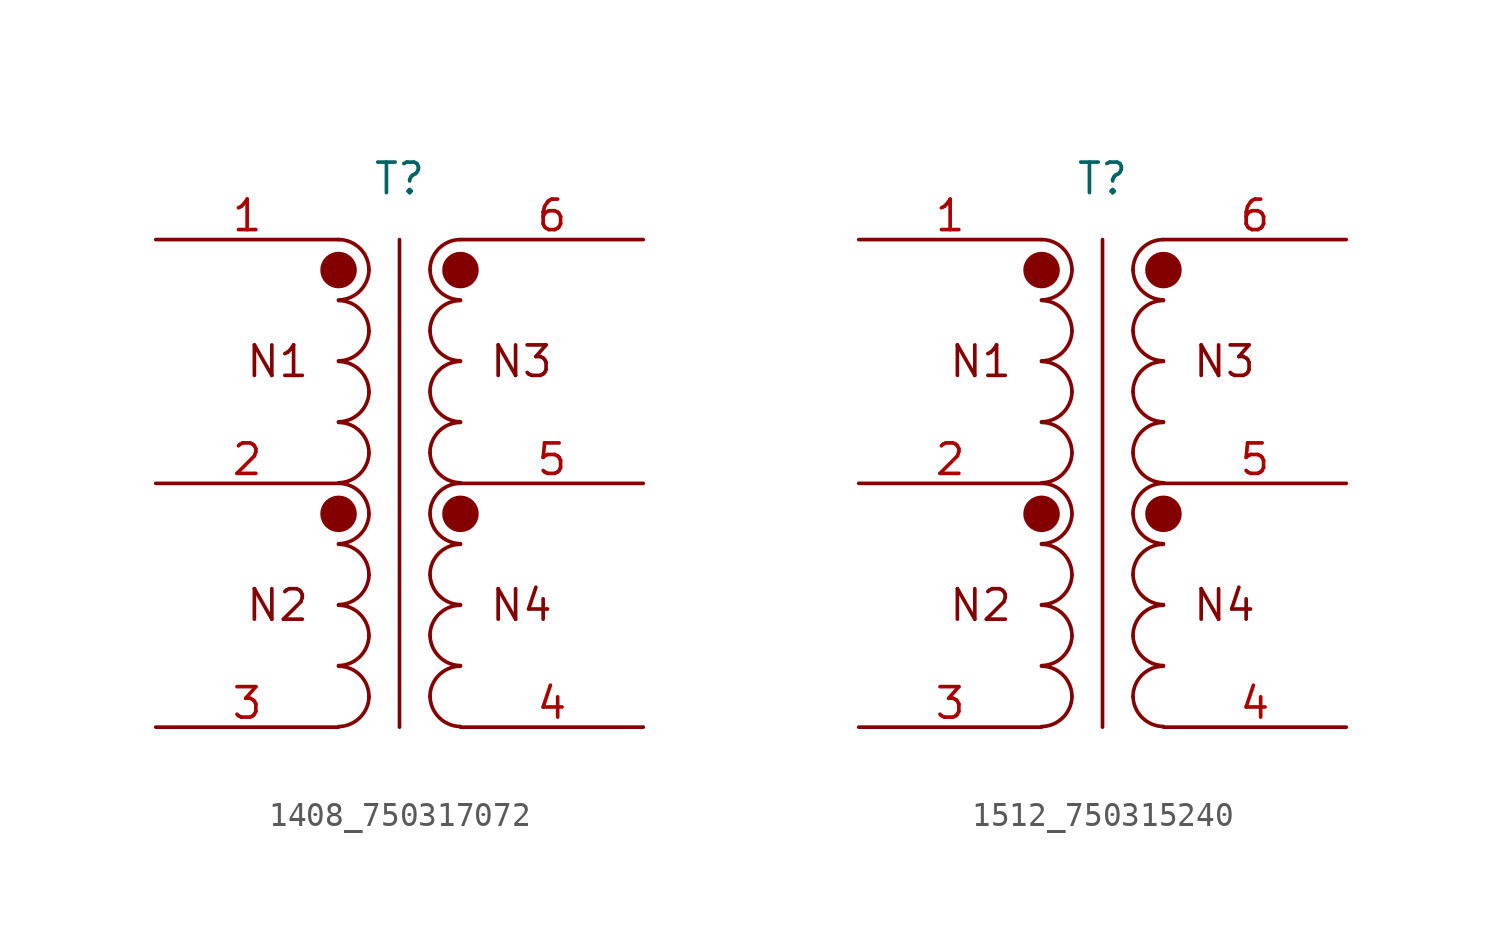
<source format=kicad_sym>
(kicad_symbol_lib
  (version 20220914)
  (generator kicad_symbol_editor)
  (symbol "1408_750317072"
    (pin_names hide)
    (property "Reference" "T"
      (at 0 12.7 0)
      (effects (font (size 1.27 1.27))))
    (property "Critical Parameter" ""
      (at 0 -5.08 0)
      (effects (font (size 1.27 1.27)) (justify left)))
    (symbol "1408_750317072_0_1"
      (arc (start -2.54 -10.1346) (mid -1.6561 -9.7663) (end -1.27 -8.89) (stroke (width 0) (type default)) (fill (type none)))
      (arc (start -2.54 -7.5946) (mid -1.6561 -7.2263) (end -1.27 -6.35) (stroke (width 0) (type default)) (fill (type none)))
      (arc (start -2.54 -5.0546) (mid -1.6561 -4.6863) (end -1.27 -3.81) (stroke (width 0) (type default)) (fill (type none)))
      (arc (start -2.54 -2.5146) (mid -1.6561 -2.1463) (end -1.27 -1.27) (stroke (width 0) (type default)) (fill (type none)))
      (arc (start -2.54 0.0254) (mid -1.6561 0.3937) (end -1.27 1.27) (stroke (width 0) (type default)) (fill (type none)))
      (arc (start -2.54 2.5654) (mid -1.6561 2.9337) (end -1.27 3.81) (stroke (width 0) (type default)) (fill (type none)))
      (arc (start -2.54 5.1054) (mid -1.6561 5.4737) (end -1.27 6.35) (stroke (width 0) (type default)) (fill (type none)))
      (arc (start -2.54 7.6454) (mid -1.6561 8.0137) (end -1.27 8.89) (stroke (width 0) (type default)) (fill (type none)))
      (arc (start -1.27 -8.89) (mid -1.642 -7.992) (end -2.54 -7.62) (stroke (width 0) (type default)) (fill (type none)))
      (arc (start -1.27 -6.35) (mid -1.642 -5.452) (end -2.54 -5.08) (stroke (width 0) (type default)) (fill (type none)))
      (arc (start -1.27 -3.81) (mid -1.642 -2.912) (end -2.54 -2.54) (stroke (width 0) (type default)) (fill (type none)))
      (arc (start -1.27 -1.27) (mid -1.642 -0.372) (end -2.54 0) (stroke (width 0) (type default)) (fill (type none)))
      (arc (start -1.27 1.27) (mid -1.642 2.168) (end -2.54 2.54) (stroke (width 0) (type default)) (fill (type none)))
      (arc (start -1.27 3.81) (mid -1.642 4.708) (end -2.54 5.08) (stroke (width 0) (type default)) (fill (type none)))
      (arc (start -1.27 6.35) (mid -1.642 7.248) (end -2.54 7.62) (stroke (width 0) (type default)) (fill (type none)))
      (arc (start -1.27 8.89) (mid -1.642 9.788) (end -2.54 10.16) (stroke (width 0) (type default)) (fill (type none)))
      (polyline (pts (xy 0 -10.16) (xy 0 10.16)) (stroke (width 0) (type default)) (fill (type none)))
      (arc (start 1.27 -8.89) (mid 1.6561 -9.7663) (end 2.54 -10.1346) (stroke (width 0) (type default)) (fill (type none)))
      (arc (start 1.27 -6.35) (mid 1.6561 -7.2263) (end 2.54 -7.5946) (stroke (width 0) (type default)) (fill (type none)))
      (arc (start 1.27 -3.81) (mid 1.6561 -4.6863) (end 2.54 -5.0546) (stroke (width 0) (type default)) (fill (type none)))
      (arc (start 1.27 -1.27) (mid 1.6561 -2.1463) (end 2.54 -2.5146) (stroke (width 0) (type default)) (fill (type none)))
      (arc (start 1.27 1.27) (mid 1.6561 0.3937) (end 2.54 0.0254) (stroke (width 0) (type default)) (fill (type none)))
      (arc (start 1.27 3.81) (mid 1.6561 2.9337) (end 2.54 2.5654) (stroke (width 0) (type default)) (fill (type none)))
      (arc (start 1.27 6.35) (mid 1.6561 5.4737) (end 2.54 5.1054) (stroke (width 0) (type default)) (fill (type none)))
      (arc (start 1.27 8.89) (mid 1.6561 8.0137) (end 2.54 7.6454) (stroke (width 0) (type default)) (fill (type none)))
      (arc (start 2.54 -7.62) (mid 1.642 -7.992) (end 1.27 -8.89) (stroke (width 0) (type default)) (fill (type none)))
      (arc (start 2.54 -5.08) (mid 1.642 -5.452) (end 1.27 -6.35) (stroke (width 0) (type default)) (fill (type none)))
      (arc (start 2.54 -2.54) (mid 1.642 -2.912) (end 1.27 -3.81) (stroke (width 0) (type default)) (fill (type none)))
      (arc (start 2.54 0) (mid 1.642 -0.372) (end 1.27 -1.27) (stroke (width 0) (type default)) (fill (type none)))
      (arc (start 2.54 2.54) (mid 1.642 2.168) (end 1.27 1.27) (stroke (width 0) (type default)) (fill (type none)))
      (arc (start 2.54 5.08) (mid 1.642 4.708) (end 1.27 3.81) (stroke (width 0) (type default)) (fill (type none)))
      (arc (start 2.54 7.62) (mid 1.642 7.248) (end 1.27 6.35) (stroke (width 0) (type default)) (fill (type none)))
      (arc (start 2.54 10.16) (mid 1.642 9.788) (end 1.27 8.89) (stroke (width 0) (type default)) (fill (type none))))
    (symbol "1408_750317072_1_1"
      (circle (center -2.54 -1.27) (radius 0.0001) (stroke (width 0.762) (type default)) (fill (type none)))
      (circle (center -2.54 8.89) (radius 0.0001) (stroke (width 0.762) (type default)) (fill (type none)))
      (circle (center 2.54 -1.27) (radius 0.0001) (stroke (width 0.762) (type default)) (fill (type none)))
      (circle (center 2.54 8.89) (radius 0.0001) (stroke (width 0.762) (type default)) (fill (type none)))
      (text "N1" (at -5.08 5.08 0) (effects (font (size 1.27 1.27))))
      (text "N2" (at -5.08 -5.08 0) (effects (font (size 1.27 1.27))))
      (text "N3" (at 5.08 5.08 0) (effects (font (size 1.27 1.27))))
      (text "N4" (at 5.08 -5.08 0) (effects (font (size 1.27 1.27))))
      (pin passive line (at -10.16 10.16 0) (length 7.62) (name "1" (effects (font (size 1.27 1.27)))) (number "1" (effects (font (size 1.27 1.27)))))
      (pin passive line (at -10.16 0 0) (length 7.62) (name "2" (effects (font (size 1.27 1.27)))) (number "2" (effects (font (size 1.27 1.27)))))
      (pin passive line (at -10.16 -10.16 0) (length 7.62) (name "3" (effects (font (size 1.27 1.27)))) (number "3" (effects (font (size 1.27 1.27)))))
      (pin passive line (at 10.16 -10.16 180) (length 7.62) (name "4" (effects (font (size 1.27 1.27)))) (number "4" (effects (font (size 1.27 1.27)))))
      (pin passive line (at 10.16 0 180) (length 7.62) (name "5" (effects (font (size 1.27 1.27)))) (number "5" (effects (font (size 1.27 1.27)))))
      (pin passive line (at 10.16 10.16 180) (length 7.62) (name "6" (effects (font (size 1.27 1.27)))) (number "6" (effects (font (size 1.27 1.27)))))))
  (symbol "1512_750315240"
    (pin_names hide)
    (property "Reference" "T"
      (at 0 12.7 0)
      (effects (font (size 1.27 1.27))))
    (property "Critical Parameter" ""
      (at 0 -5.08 0)
      (effects (font (size 1.27 1.27)) (justify left)))
    (symbol "1512_750315240_0_1"
      (arc (start -2.54 -10.1346) (mid -1.6561 -9.7663) (end -1.27 -8.89) (stroke (width 0) (type default)) (fill (type none)))
      (arc (start -2.54 -7.5946) (mid -1.6561 -7.2263) (end -1.27 -6.35) (stroke (width 0) (type default)) (fill (type none)))
      (arc (start -2.54 -5.0546) (mid -1.6561 -4.6863) (end -1.27 -3.81) (stroke (width 0) (type default)) (fill (type none)))
      (arc (start -2.54 -2.5146) (mid -1.6561 -2.1463) (end -1.27 -1.27) (stroke (width 0) (type default)) (fill (type none)))
      (arc (start -2.54 0.0254) (mid -1.6561 0.3937) (end -1.27 1.27) (stroke (width 0) (type default)) (fill (type none)))
      (arc (start -2.54 2.5654) (mid -1.6561 2.9337) (end -1.27 3.81) (stroke (width 0) (type default)) (fill (type none)))
      (arc (start -2.54 5.1054) (mid -1.6561 5.4737) (end -1.27 6.35) (stroke (width 0) (type default)) (fill (type none)))
      (arc (start -2.54 7.6454) (mid -1.6561 8.0137) (end -1.27 8.89) (stroke (width 0) (type default)) (fill (type none)))
      (arc (start -1.27 -8.89) (mid -1.642 -7.992) (end -2.54 -7.62) (stroke (width 0) (type default)) (fill (type none)))
      (arc (start -1.27 -6.35) (mid -1.642 -5.452) (end -2.54 -5.08) (stroke (width 0) (type default)) (fill (type none)))
      (arc (start -1.27 -3.81) (mid -1.642 -2.912) (end -2.54 -2.54) (stroke (width 0) (type default)) (fill (type none)))
      (arc (start -1.27 -1.27) (mid -1.642 -0.372) (end -2.54 0) (stroke (width 0) (type default)) (fill (type none)))
      (arc (start -1.27 1.27) (mid -1.642 2.168) (end -2.54 2.54) (stroke (width 0) (type default)) (fill (type none)))
      (arc (start -1.27 3.81) (mid -1.642 4.708) (end -2.54 5.08) (stroke (width 0) (type default)) (fill (type none)))
      (arc (start -1.27 6.35) (mid -1.642 7.248) (end -2.54 7.62) (stroke (width 0) (type default)) (fill (type none)))
      (arc (start -1.27 8.89) (mid -1.642 9.788) (end -2.54 10.16) (stroke (width 0) (type default)) (fill (type none)))
      (polyline (pts (xy 0 -10.16) (xy 0 10.16)) (stroke (width 0) (type default)) (fill (type none)))
      (arc (start 1.27 -8.89) (mid 1.6561 -9.7663) (end 2.54 -10.1346) (stroke (width 0) (type default)) (fill (type none)))
      (arc (start 1.27 -6.35) (mid 1.6561 -7.2263) (end 2.54 -7.5946) (stroke (width 0) (type default)) (fill (type none)))
      (arc (start 1.27 -3.81) (mid 1.6561 -4.6863) (end 2.54 -5.0546) (stroke (width 0) (type default)) (fill (type none)))
      (arc (start 1.27 -1.27) (mid 1.6561 -2.1463) (end 2.54 -2.5146) (stroke (width 0) (type default)) (fill (type none)))
      (arc (start 1.27 1.27) (mid 1.6561 0.3937) (end 2.54 0.0254) (stroke (width 0) (type default)) (fill (type none)))
      (arc (start 1.27 3.81) (mid 1.6561 2.9337) (end 2.54 2.5654) (stroke (width 0) (type default)) (fill (type none)))
      (arc (start 1.27 6.35) (mid 1.6561 5.4737) (end 2.54 5.1054) (stroke (width 0) (type default)) (fill (type none)))
      (arc (start 1.27 8.89) (mid 1.6561 8.0137) (end 2.54 7.6454) (stroke (width 0) (type default)) (fill (type none)))
      (arc (start 2.54 -7.62) (mid 1.642 -7.992) (end 1.27 -8.89) (stroke (width 0) (type default)) (fill (type none)))
      (arc (start 2.54 -5.08) (mid 1.642 -5.452) (end 1.27 -6.35) (stroke (width 0) (type default)) (fill (type none)))
      (arc (start 2.54 -2.54) (mid 1.642 -2.912) (end 1.27 -3.81) (stroke (width 0) (type default)) (fill (type none)))
      (arc (start 2.54 0) (mid 1.642 -0.372) (end 1.27 -1.27) (stroke (width 0) (type default)) (fill (type none)))
      (arc (start 2.54 2.54) (mid 1.642 2.168) (end 1.27 1.27) (stroke (width 0) (type default)) (fill (type none)))
      (arc (start 2.54 5.08) (mid 1.642 4.708) (end 1.27 3.81) (stroke (width 0) (type default)) (fill (type none)))
      (arc (start 2.54 7.62) (mid 1.642 7.248) (end 1.27 6.35) (stroke (width 0) (type default)) (fill (type none)))
      (arc (start 2.54 10.16) (mid 1.642 9.788) (end 1.27 8.89) (stroke (width 0) (type default)) (fill (type none))))
    (symbol "1512_750315240_1_1"
      (circle (center -2.54 -1.27) (radius 0.0001) (stroke (width 0.762) (type default)) (fill (type none)))
      (circle (center -2.54 8.89) (radius 0.0001) (stroke (width 0.762) (type default)) (fill (type none)))
      (circle (center 2.54 -1.27) (radius 0.0001) (stroke (width 0.762) (type default)) (fill (type none)))
      (circle (center 2.54 8.89) (radius 0.0001) (stroke (width 0.762) (type default)) (fill (type none)))
      (text "N1" (at -5.08 5.08 0) (effects (font (size 1.27 1.27))))
      (text "N2" (at -5.08 -5.08 0) (effects (font (size 1.27 1.27))))
      (text "N3" (at 5.08 5.08 0) (effects (font (size 1.27 1.27))))
      (text "N4" (at 5.08 -5.08 0) (effects (font (size 1.27 1.27))))
      (pin passive line (at -10.16 10.16 0) (length 7.62) (name "1" (effects (font (size 1.27 1.27)))) (number "1" (effects (font (size 1.27 1.27)))))
      (pin passive line (at -10.16 0 0) (length 7.62) (name "2" (effects (font (size 1.27 1.27)))) (number "2" (effects (font (size 1.27 1.27)))))
      (pin passive line (at -10.16 -10.16 0) (length 7.62) (name "3" (effects (font (size 1.27 1.27)))) (number "3" (effects (font (size 1.27 1.27)))))
      (pin passive line (at 10.16 -10.16 180) (length 7.62) (name "4" (effects (font (size 1.27 1.27)))) (number "4" (effects (font (size 1.27 1.27)))))
      (pin passive line (at 10.16 0 180) (length 7.62) (name "5" (effects (font (size 1.27 1.27)))) (number "5" (effects (font (size 1.27 1.27)))))
      (pin passive line (at 10.16 10.16 180) (length 7.62) (name "6" (effects (font (size 1.27 1.27)))) (number "6" (effects (font (size 1.27 1.27))))))))
</source>
